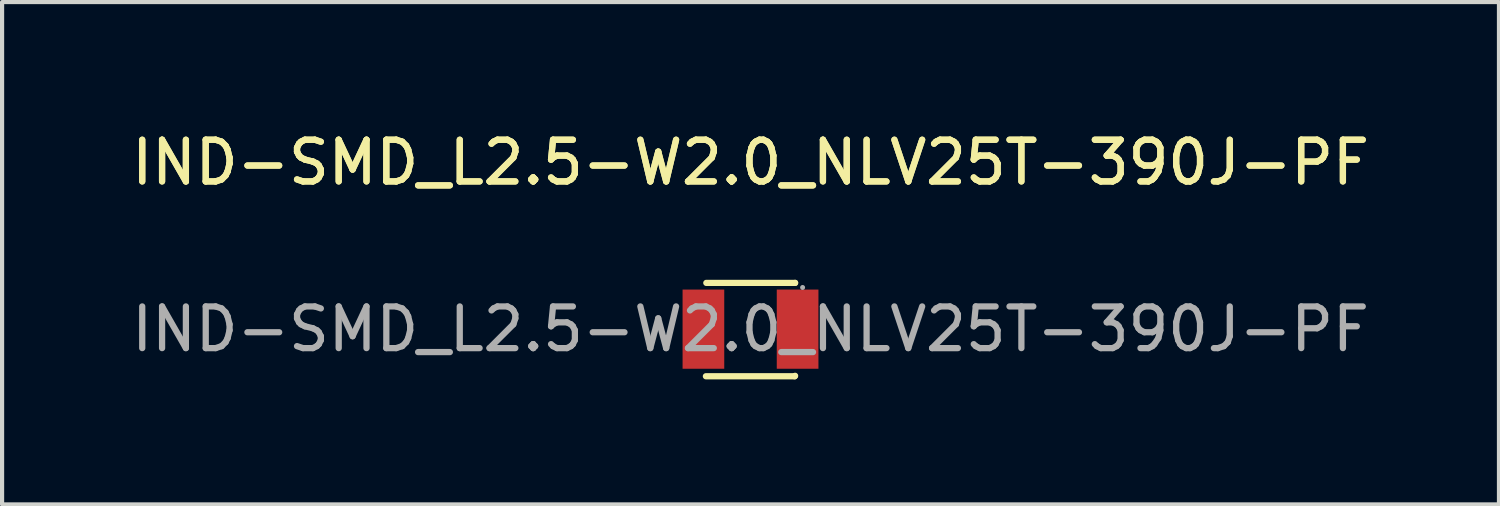
<source format=kicad_pcb>
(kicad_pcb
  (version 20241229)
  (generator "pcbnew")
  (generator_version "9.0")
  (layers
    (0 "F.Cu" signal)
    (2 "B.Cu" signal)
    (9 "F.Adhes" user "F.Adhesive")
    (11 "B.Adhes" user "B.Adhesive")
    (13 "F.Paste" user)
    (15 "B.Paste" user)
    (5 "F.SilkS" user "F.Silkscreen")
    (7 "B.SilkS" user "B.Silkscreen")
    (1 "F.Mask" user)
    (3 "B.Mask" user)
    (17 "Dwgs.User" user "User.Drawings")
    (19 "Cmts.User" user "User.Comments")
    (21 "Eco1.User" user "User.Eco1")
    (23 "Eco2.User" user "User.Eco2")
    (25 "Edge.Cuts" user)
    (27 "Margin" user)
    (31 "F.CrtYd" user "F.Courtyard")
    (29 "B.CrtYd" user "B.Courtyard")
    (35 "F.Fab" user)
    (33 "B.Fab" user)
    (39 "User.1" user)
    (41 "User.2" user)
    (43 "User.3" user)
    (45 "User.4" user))
  (footprint "IND-SMD_L2.5-W2.0_NLV25T-390J-PF"
    (layer "F.Cu")
    (at 14.958 4.848)
    (property "Reference" "IND-SMD_L2.5-W2.0_NLV25T-390J-PF" (at 0 -4 0) (layer "F.SilkS") (effects (font (size 1 1) (thickness 0.15))))
    (attr smd)
    (fp_line (start -1.07 1.13) (end 1.06 1.13) (stroke (width 0.15) (type solid)) (layer "F.SilkS"))
    (fp_line (start -1.06 -1.11) (end 1.07 -1.11) (stroke (width 0.15) (type solid)) (layer "F.SilkS"))
    (fp_line (start 1.06 1.13) (end 1.07 1.12) (stroke (width 0.15) (type solid)) (layer "F.SilkS"))
    (fp_line (start 1.07 -1.11) (end 1.07 -1.11) (stroke (width 0.15) (type solid)) (layer "F.SilkS"))
    (fp_circle (center 1.25 -1) (end 1.28 -1) (stroke (width 0.06) (type solid)) (fill no) (layer "F.Fab"))
    (fp_text user "${REFERENCE}" (at 0 -4 0) (layer "F.SilkS") (effects (font (size 1 1) (thickness 0.15))))
    (fp_text user "${REFERENCE}" (at 0 0 0) (layer "F.Fab") (effects (font (size 1 1) (thickness 0.15))))
    (pad "1" smd rect (at 1.13 0) (size 1 1.9) (layers "F.Cu" "F.Mask" "F.Paste"))
    (pad "2" smd rect (at -1.13 0) (size 1 1.9) (layers "F.Cu" "F.Mask" "F.Paste")))
  (gr_rect
    (start -3 -3)
    (end 32.917 9.053)
    (stroke (width 0.1) (type default))
    (fill no)
    (layer "Edge.Cuts")))
</source>
